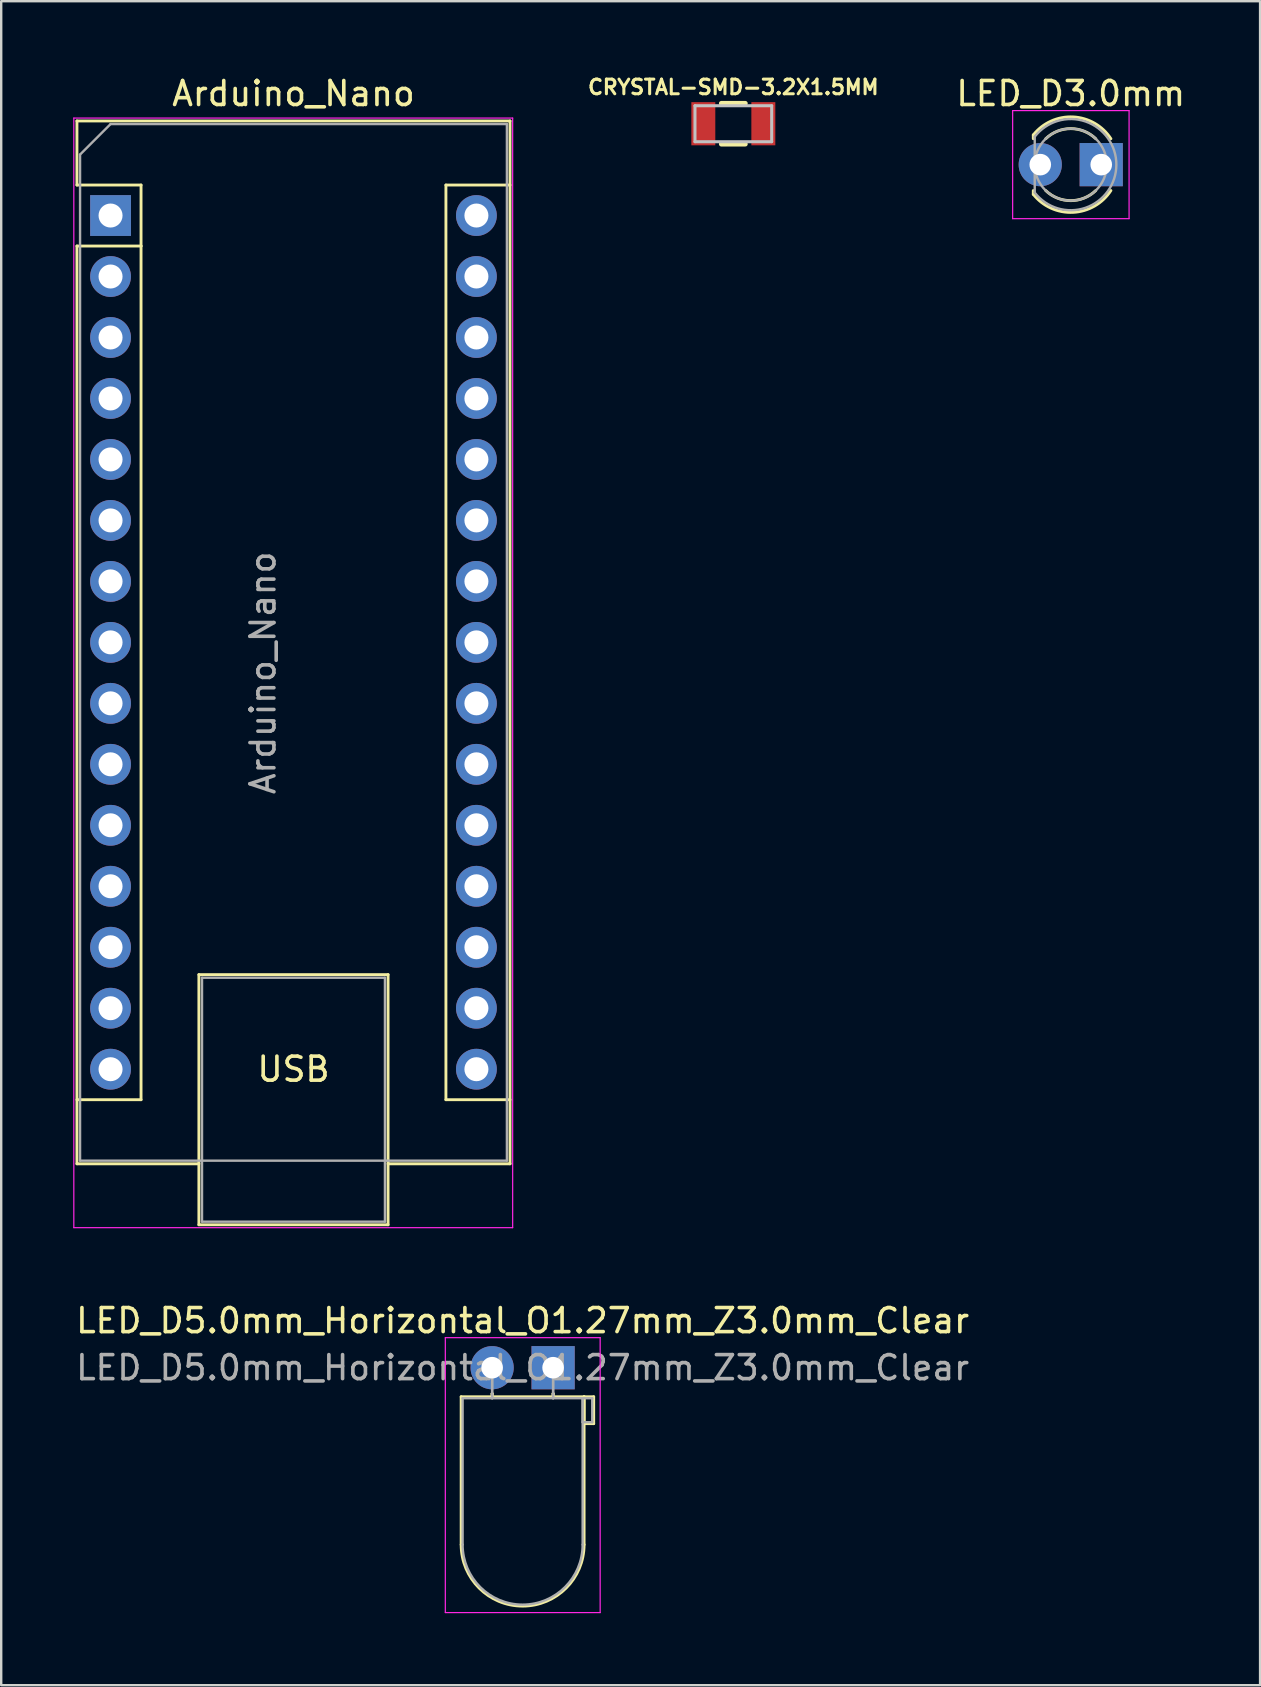
<source format=kicad_pcb>
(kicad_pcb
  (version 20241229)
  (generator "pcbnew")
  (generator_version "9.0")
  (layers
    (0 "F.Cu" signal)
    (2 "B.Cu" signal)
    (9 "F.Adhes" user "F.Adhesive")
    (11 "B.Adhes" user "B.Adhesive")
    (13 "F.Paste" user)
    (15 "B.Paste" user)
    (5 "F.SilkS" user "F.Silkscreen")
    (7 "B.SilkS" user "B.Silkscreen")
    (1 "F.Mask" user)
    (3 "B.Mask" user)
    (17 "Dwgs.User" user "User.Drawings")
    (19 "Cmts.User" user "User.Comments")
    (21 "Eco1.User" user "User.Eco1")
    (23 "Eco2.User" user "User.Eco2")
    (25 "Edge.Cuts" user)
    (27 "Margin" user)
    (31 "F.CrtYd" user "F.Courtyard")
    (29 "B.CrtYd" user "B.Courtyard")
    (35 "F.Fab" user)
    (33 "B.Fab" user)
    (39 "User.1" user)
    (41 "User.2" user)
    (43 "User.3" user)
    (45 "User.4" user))
  (footprint "CRYSTAL-SMD-3.2X1.5MM"
    (layer "F.Cu")
    (at 27.497 2.104)
    (property "Reference" "CRYSTAL-SMD-3.2X1.5MM" (at 0 -1.524 0) (layer "F.SilkS") (effects (font (size 0.61 0.61) (thickness 0.127))))
    (attr smd)
    (fp_line (start -0.498 -0.848) (end 0.498 -0.848) (stroke (width 0.203) (type solid)) (layer "F.SilkS"))
    (fp_line (start 0.498 0.848) (end -0.498 0.848) (stroke (width 0.203) (type solid)) (layer "F.SilkS"))
    (fp_line (start -1.598 -0.749) (end 1.598 -0.749) (stroke (width 0.127) (type solid)) (layer "Dwgs.User"))
    (fp_line (start -1.598 0.749) (end -1.598 -0.749) (stroke (width 0.127) (type solid)) (layer "Dwgs.User"))
    (fp_line (start 1.598 -0.749) (end 1.598 0.749) (stroke (width 0.127) (type solid)) (layer "Dwgs.User"))
    (fp_line (start 1.598 0.749) (end -1.598 0.749) (stroke (width 0.127) (type solid)) (layer "Dwgs.User"))
    (pad "P$1" smd rect (at -1.25 0) (size 0.998 1.798) (layers "F.Cu" "F.Mask" "F.Paste"))
    (pad "P$2" smd rect (at 1.25 0) (size 0.998 1.798) (layers "F.Cu" "F.Mask" "F.Paste")))
  (footprint "LED_D5.0mm_Horizontal_O1.27mm_Z3.0mm_Clear"
    (layer "F.Cu")
    (at 17.45 53.922)
    (property "Reference" "LED_D5.0mm_Horizontal_O1.27mm_Z3.0mm_Clear" (at 1.27 -1.96 0) (layer "F.SilkS") (effects (font (size 1 1) (thickness 0.15))))
    (attr through_hole)
    (fp_line (start -1.29 1.21) (end -1.29 7.37) (stroke (width 0.12) (type solid)) (layer "F.SilkS"))
    (fp_line (start -1.29 1.21) (end 3.83 1.21) (stroke (width 0.12) (type solid)) (layer "F.SilkS"))
    (fp_line (start 0 1.08) (end 0 1.08) (stroke (width 0.12) (type solid)) (layer "F.SilkS"))
    (fp_line (start 0 1.08) (end 0 1.21) (stroke (width 0.12) (type solid)) (layer "F.SilkS"))
    (fp_line (start 0 1.21) (end 0 1.08) (stroke (width 0.12) (type solid)) (layer "F.SilkS"))
    (fp_line (start 0 1.21) (end 0 1.21) (stroke (width 0.12) (type solid)) (layer "F.SilkS"))
    (fp_line (start 2.54 1.08) (end 2.54 1.08) (stroke (width 0.12) (type solid)) (layer "F.SilkS"))
    (fp_line (start 2.54 1.08) (end 2.54 1.21) (stroke (width 0.12) (type solid)) (layer "F.SilkS"))
    (fp_line (start 2.54 1.21) (end 2.54 1.08) (stroke (width 0.12) (type solid)) (layer "F.SilkS"))
    (fp_line (start 2.54 1.21) (end 2.54 1.21) (stroke (width 0.12) (type solid)) (layer "F.SilkS"))
    (fp_line (start 3.83 1.21) (end 3.83 7.37) (stroke (width 0.12) (type solid)) (layer "F.SilkS"))
    (fp_line (start 3.83 1.21) (end 4.23 1.21) (stroke (width 0.12) (type solid)) (layer "F.SilkS"))
    (fp_line (start 3.83 2.33) (end 3.83 1.21) (stroke (width 0.12) (type solid)) (layer "F.SilkS"))
    (fp_line (start 4.23 1.21) (end 4.23 2.33) (stroke (width 0.12) (type solid)) (layer "F.SilkS"))
    (fp_line (start 4.23 2.33) (end 3.83 2.33) (stroke (width 0.12) (type solid)) (layer "F.SilkS"))
    (fp_arc (start 3.83 7.37) (mid 1.27 9.93) (end -1.29 7.37) (stroke (width 0.12) (type solid)) (layer "F.SilkS"))
    (fp_line (start -1.95 -1.25) (end -1.95 10.2) (stroke (width 0.05) (type solid)) (layer "F.CrtYd"))
    (fp_line (start -1.95 10.2) (end 4.5 10.2) (stroke (width 0.05) (type solid)) (layer "F.CrtYd"))
    (fp_line (start 4.5 -1.25) (end -1.95 -1.25) (stroke (width 0.05) (type solid)) (layer "F.CrtYd"))
    (fp_line (start 4.5 10.2) (end 4.5 -1.25) (stroke (width 0.05) (type solid)) (layer "F.CrtYd"))
    (fp_line (start -1.23 1.27) (end -1.23 7.37) (stroke (width 0.1) (type solid)) (layer "F.Fab"))
    (fp_line (start -1.23 1.27) (end 3.77 1.27) (stroke (width 0.1) (type solid)) (layer "F.Fab"))
    (fp_line (start 0 0) (end 0 0) (stroke (width 0.1) (type solid)) (layer "F.Fab"))
    (fp_line (start 0 0) (end 0 1.27) (stroke (width 0.1) (type solid)) (layer "F.Fab"))
    (fp_line (start 0 1.27) (end 0 0) (stroke (width 0.1) (type solid)) (layer "F.Fab"))
    (fp_line (start 0 1.27) (end 0 1.27) (stroke (width 0.1) (type solid)) (layer "F.Fab"))
    (fp_line (start 2.54 0) (end 2.54 0) (stroke (width 0.1) (type solid)) (layer "F.Fab"))
    (fp_line (start 2.54 0) (end 2.54 1.27) (stroke (width 0.1) (type solid)) (layer "F.Fab"))
    (fp_line (start 2.54 1.27) (end 2.54 0) (stroke (width 0.1) (type solid)) (layer "F.Fab"))
    (fp_line (start 2.54 1.27) (end 2.54 1.27) (stroke (width 0.1) (type solid)) (layer "F.Fab"))
    (fp_line (start 3.77 1.27) (end 3.77 7.37) (stroke (width 0.1) (type solid)) (layer "F.Fab"))
    (fp_line (start 3.77 1.27) (end 4.17 1.27) (stroke (width 0.1) (type solid)) (layer "F.Fab"))
    (fp_line (start 3.77 2.27) (end 3.77 1.27) (stroke (width 0.1) (type solid)) (layer "F.Fab"))
    (fp_line (start 4.17 1.27) (end 4.17 2.27) (stroke (width 0.1) (type solid)) (layer "F.Fab"))
    (fp_line (start 4.17 2.27) (end 3.77 2.27) (stroke (width 0.1) (type solid)) (layer "F.Fab"))
    (fp_arc (start 3.77 7.37) (mid 1.27 9.87) (end -1.23 7.37) (stroke (width 0.1) (type solid)) (layer "F.Fab"))
    (fp_text user "${REFERENCE}" (at 1.27 0 0) (layer "F.Fab") (effects (font (size 1 1) (thickness 0.15))))
    (pad "1" thru_hole circle (at 0 0) (size 1.8 1.8) (drill 0.9) (layers "*.Cu" "*.Mask"))
    (pad "2" thru_hole rect (at 2.54 0) (size 1.8 1.8) (drill 0.9) (layers "*.Cu" "*.Mask")))
  (footprint "LED_D3.0mm"
    (layer "F.Cu")
    (at 40.282 3.808)
    (property "Reference" "LED_D3.0mm" (at 1.27 -2.96 0) (layer "F.SilkS") (effects (font (size 1 1) (thickness 0.15))))
    (attr through_hole)
    (fp_line (start -0.29 -1.236) (end -0.29 -1.08) (stroke (width 0.12) (type solid)) (layer "F.SilkS"))
    (fp_line (start -0.29 1.08) (end -0.29 1.236) (stroke (width 0.12) (type solid)) (layer "F.SilkS"))
    (fp_arc (start -0.29 -1.235516) (mid 1.366487 -1.987659) (end 2.942335 -1.078608) (stroke (width 0.12) (type solid)) (layer "F.SilkS"))
    (fp_arc (start 0.229039 -1.08) (mid 1.270117 -1.5) (end 2.31113 -1.079837) (stroke (width 0.12) (type solid)) (layer "F.SilkS"))
    (fp_arc (start 2.31113 1.079837) (mid 1.270117 1.5) (end 0.229039 1.08) (stroke (width 0.12) (type solid)) (layer "F.SilkS"))
    (fp_arc (start 2.942335 1.078608) (mid 1.366487 1.987659) (end -0.29 1.235516) (stroke (width 0.12) (type solid)) (layer "F.SilkS"))
    (fp_line (start -1.15 -2.25) (end -1.15 2.25) (stroke (width 0.05) (type solid)) (layer "F.CrtYd"))
    (fp_line (start -1.15 2.25) (end 3.7 2.25) (stroke (width 0.05) (type solid)) (layer "F.CrtYd"))
    (fp_line (start 3.7 -2.25) (end -1.15 -2.25) (stroke (width 0.05) (type solid)) (layer "F.CrtYd"))
    (fp_line (start 3.7 2.25) (end 3.7 -2.25) (stroke (width 0.05) (type solid)) (layer "F.CrtYd"))
    (fp_line (start -0.23 -1.166) (end -0.23 1.166) (stroke (width 0.1) (type solid)) (layer "F.Fab"))
    (fp_arc (start -0.23 -1.16619) (mid 3.17 0.000452) (end -0.230555 1.165476) (stroke (width 0.1) (type solid)) (layer "F.Fab"))
    (fp_circle (center 1.27 0) (end 2.77 0) (stroke (width 0.1) (type solid)) (fill no) (layer "F.Fab"))
    (pad "1" thru_hole circle (at 0 0) (size 1.8 1.8) (drill 0.9) (layers "*.Cu" "*.Mask"))
    (pad "2" thru_hole rect (at 2.54 0) (size 1.8 1.8) (drill 0.9) (layers "*.Cu" "*.Mask")))
  (footprint "Arduino_Nano"
    (layer "F.Cu")
    (at 1.555 5.928)
    (property "Reference" "Arduino_Nano" (at 7.62 -5.08 0) (layer "F.SilkS") (effects (font (size 1 1) (thickness 0.15))))
    (attr through_hole)
    (fp_line (start -1.4 -3.94) (end -1.4 -1.27) (stroke (width 0.12) (type solid)) (layer "F.SilkS"))
    (fp_line (start -1.4 1.27) (end -1.4 39.5) (stroke (width 0.12) (type solid)) (layer "F.SilkS"))
    (fp_line (start -1.4 39.5) (end 3.68 39.5) (stroke (width 0.12) (type solid)) (layer "F.SilkS"))
    (fp_line (start 1.27 -1.27) (end -1.4 -1.27) (stroke (width 0.12) (type solid)) (layer "F.SilkS"))
    (fp_line (start 1.27 1.27) (end -1.4 1.27) (stroke (width 0.12) (type solid)) (layer "F.SilkS"))
    (fp_line (start 1.27 1.27) (end 1.27 -1.27) (stroke (width 0.12) (type solid)) (layer "F.SilkS"))
    (fp_line (start 1.27 1.27) (end 1.27 36.83) (stroke (width 0.12) (type solid)) (layer "F.SilkS"))
    (fp_line (start 1.27 36.83) (end -1.4 36.83) (stroke (width 0.12) (type solid)) (layer "F.SilkS"))
    (fp_line (start 3.68 31.62) (end 11.56 31.62) (stroke (width 0.12) (type solid)) (layer "F.SilkS"))
    (fp_line (start 3.68 42.04) (end 3.68 31.62) (stroke (width 0.12) (type solid)) (layer "F.SilkS"))
    (fp_line (start 11.56 31.62) (end 11.56 42.04) (stroke (width 0.12) (type solid)) (layer "F.SilkS"))
    (fp_line (start 11.56 42.04) (end 3.68 42.04) (stroke (width 0.12) (type solid)) (layer "F.SilkS"))
    (fp_line (start 13.97 -1.27) (end 13.97 36.83) (stroke (width 0.12) (type solid)) (layer "F.SilkS"))
    (fp_line (start 13.97 -1.27) (end 16.64 -1.27) (stroke (width 0.12) (type solid)) (layer "F.SilkS"))
    (fp_line (start 13.97 36.83) (end 16.64 36.83) (stroke (width 0.12) (type solid)) (layer "F.SilkS"))
    (fp_line (start 16.64 -3.94) (end -1.4 -3.94) (stroke (width 0.12) (type solid)) (layer "F.SilkS"))
    (fp_line (start 16.64 39.5) (end 11.56 39.5) (stroke (width 0.12) (type solid)) (layer "F.SilkS"))
    (fp_line (start 16.64 39.5) (end 16.64 -3.94) (stroke (width 0.12) (type solid)) (layer "F.SilkS"))
    (fp_line (start -1.53 -4.06) (end -1.53 42.16) (stroke (width 0.05) (type solid)) (layer "F.CrtYd"))
    (fp_line (start -1.53 -4.06) (end 16.75 -4.06) (stroke (width 0.05) (type solid)) (layer "F.CrtYd"))
    (fp_line (start 16.75 42.16) (end -1.53 42.16) (stroke (width 0.05) (type solid)) (layer "F.CrtYd"))
    (fp_line (start 16.75 42.16) (end 16.75 -4.06) (stroke (width 0.05) (type solid)) (layer "F.CrtYd"))
    (fp_line (start -1.27 -2.54) (end 0 -3.81) (stroke (width 0.1) (type solid)) (layer "F.Fab"))
    (fp_line (start -1.27 39.37) (end -1.27 -2.54) (stroke (width 0.1) (type solid)) (layer "F.Fab"))
    (fp_line (start 0 -3.81) (end 16.51 -3.81) (stroke (width 0.1) (type solid)) (layer "F.Fab"))
    (fp_line (start 3.81 31.75) (end 11.43 31.75) (stroke (width 0.1) (type solid)) (layer "F.Fab"))
    (fp_line (start 3.81 41.91) (end 3.81 31.75) (stroke (width 0.1) (type solid)) (layer "F.Fab"))
    (fp_line (start 11.43 31.75) (end 11.43 41.91) (stroke (width 0.1) (type solid)) (layer "F.Fab"))
    (fp_line (start 11.43 41.91) (end 3.81 41.91) (stroke (width 0.1) (type solid)) (layer "F.Fab"))
    (fp_line (start 16.51 -3.81) (end 16.51 39.37) (stroke (width 0.1) (type solid)) (layer "F.Fab"))
    (fp_line (start 16.51 39.37) (end -1.27 39.37) (stroke (width 0.1) (type solid)) (layer "F.Fab"))
    (fp_text user "USB" (at 7.62 35.56 0) (unlocked yes) (layer "F.SilkS") (effects (font (size 1 1) (thickness 0.15))))
    (fp_text user "${REFERENCE}" (at 6.35 19.05 90) (layer "F.Fab") (effects (font (size 1 1) (thickness 0.15))))
    (pad "1" thru_hole rect (at 0 0) (size 1.7 1.7) (drill 1) (layers "*.Cu" "*.Mask"))
    (pad "2" thru_hole circle (at 0 2.54) (size 1.7 1.7) (drill 1) (layers "*.Cu" "*.Mask"))
    (pad "3" thru_hole circle (at 0 5.08) (size 1.7 1.7) (drill 1) (layers "*.Cu" "*.Mask"))
    (pad "4" thru_hole circle (at 0 7.62) (size 1.7 1.7) (drill 1) (layers "*.Cu" "*.Mask"))
    (pad "5" thru_hole circle (at 0 10.16) (size 1.7 1.7) (drill 1) (layers "*.Cu" "*.Mask"))
    (pad "6" thru_hole circle (at 0 12.7) (size 1.7 1.7) (drill 1) (layers "*.Cu" "*.Mask"))
    (pad "7" thru_hole circle (at 0 15.24) (size 1.7 1.7) (drill 1) (layers "*.Cu" "*.Mask"))
    (pad "8" thru_hole circle (at 0 17.78) (size 1.7 1.7) (drill 1) (layers "*.Cu" "*.Mask"))
    (pad "9" thru_hole circle (at 0 20.32) (size 1.7 1.7) (drill 1) (layers "*.Cu" "*.Mask"))
    (pad "10" thru_hole circle (at 0 22.86) (size 1.7 1.7) (drill 1) (layers "*.Cu" "*.Mask"))
    (pad "11" thru_hole circle (at 0 25.4) (size 1.7 1.7) (drill 1) (layers "*.Cu" "*.Mask"))
    (pad "12" thru_hole circle (at 0 27.94) (size 1.7 1.7) (drill 1) (layers "*.Cu" "*.Mask"))
    (pad "13" thru_hole circle (at 0 30.48) (size 1.7 1.7) (drill 1) (layers "*.Cu" "*.Mask"))
    (pad "14" thru_hole circle (at 0 33.02) (size 1.7 1.7) (drill 1) (layers "*.Cu" "*.Mask"))
    (pad "15" thru_hole circle (at 0 35.56) (size 1.7 1.7) (drill 1) (layers "*.Cu" "*.Mask"))
    (pad "16" thru_hole circle (at 15.24 35.56) (size 1.7 1.7) (drill 1) (layers "*.Cu" "*.Mask"))
    (pad "17" thru_hole circle (at 15.24 33.02) (size 1.7 1.7) (drill 1) (layers "*.Cu" "*.Mask"))
    (pad "18" thru_hole circle (at 15.24 30.48) (size 1.7 1.7) (drill 1) (layers "*.Cu" "*.Mask"))
    (pad "19" thru_hole circle (at 15.24 27.94) (size 1.7 1.7) (drill 1) (layers "*.Cu" "*.Mask"))
    (pad "20" thru_hole circle (at 15.24 25.4) (size 1.7 1.7) (drill 1) (layers "*.Cu" "*.Mask"))
    (pad "21" thru_hole circle (at 15.24 22.86) (size 1.7 1.7) (drill 1) (layers "*.Cu" "*.Mask"))
    (pad "22" thru_hole circle (at 15.24 20.32) (size 1.7 1.7) (drill 1) (layers "*.Cu" "*.Mask"))
    (pad "23" thru_hole circle (at 15.24 17.78) (size 1.7 1.7) (drill 1) (layers "*.Cu" "*.Mask"))
    (pad "24" thru_hole circle (at 15.24 15.24) (size 1.7 1.7) (drill 1) (layers "*.Cu" "*.Mask"))
    (pad "25" thru_hole circle (at 15.24 12.7) (size 1.7 1.7) (drill 1) (layers "*.Cu" "*.Mask"))
    (pad "26" thru_hole circle (at 15.24 10.16) (size 1.7 1.7) (drill 1) (layers "*.Cu" "*.Mask"))
    (pad "27" thru_hole circle (at 15.24 7.62) (size 1.7 1.7) (drill 1) (layers "*.Cu" "*.Mask"))
    (pad "28" thru_hole circle (at 15.24 5.08) (size 1.7 1.7) (drill 1) (layers "*.Cu" "*.Mask"))
    (pad "29" thru_hole circle (at 15.24 2.54) (size 1.7 1.7) (drill 1) (layers "*.Cu" "*.Mask"))
    (pad "30" thru_hole circle (at 15.24 0) (size 1.7 1.7) (drill 1) (layers "*.Cu" "*.Mask")))
  (gr_rect
    (start -3 -3)
    (end 49.439 67.147)
    (stroke (width 0.1) (type default))
    (fill no)
    (layer "Edge.Cuts")))
</source>
